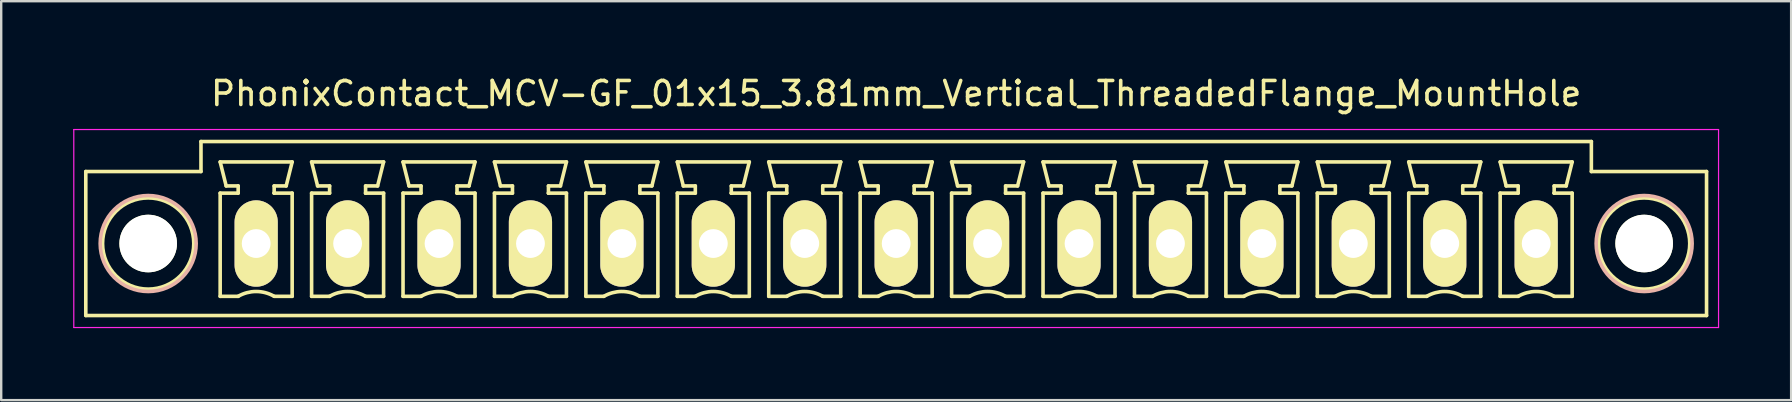
<source format=kicad_pcb>
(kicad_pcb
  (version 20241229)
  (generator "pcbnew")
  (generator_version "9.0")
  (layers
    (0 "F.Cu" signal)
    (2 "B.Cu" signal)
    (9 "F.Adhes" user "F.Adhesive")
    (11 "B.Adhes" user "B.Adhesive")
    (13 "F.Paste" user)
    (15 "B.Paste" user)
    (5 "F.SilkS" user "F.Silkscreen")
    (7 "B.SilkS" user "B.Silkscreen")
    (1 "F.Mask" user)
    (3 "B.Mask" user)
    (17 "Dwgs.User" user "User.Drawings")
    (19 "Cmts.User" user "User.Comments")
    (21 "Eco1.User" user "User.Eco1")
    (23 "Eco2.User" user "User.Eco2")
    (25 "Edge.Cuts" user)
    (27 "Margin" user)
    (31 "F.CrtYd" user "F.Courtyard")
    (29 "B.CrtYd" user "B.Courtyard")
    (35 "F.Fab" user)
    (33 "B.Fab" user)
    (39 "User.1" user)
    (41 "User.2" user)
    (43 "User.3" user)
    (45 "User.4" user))
  (footprint "PhonixContact_MCV-GF_01x15_3.81mm_Vertical_ThreadedFlange_MountHole"
    (layer "F.Cu")
    (at 7.625 7.098)
    (property "Reference" "PhonixContact_MCV-GF_01x15_3.81mm_Vertical_ThreadedFlange_MountHole" (at 26.67 -6.25 0) (layer "F.SilkS") (effects (font (size 1 1) (thickness 0.15))))
    (attr through_hole)
    (fp_line (start -7.1 -3) (end -7.1 3) (stroke (width 0.15) (type solid)) (layer "F.SilkS"))
    (fp_line (start -7.1 3) (end 60.44 3) (stroke (width 0.15) (type solid)) (layer "F.SilkS"))
    (fp_line (start -2.3 -4.25) (end -2.3 -3) (stroke (width 0.15) (type solid)) (layer "F.SilkS"))
    (fp_line (start -2.3 -3) (end -7.1 -3) (stroke (width 0.15) (type solid)) (layer "F.SilkS"))
    (fp_line (start -1.5 -3.4) (end 1.5 -3.4) (stroke (width 0.15) (type solid)) (layer "F.SilkS"))
    (fp_line (start -1.5 -2.1) (end -0.75 -2.1) (stroke (width 0.15) (type solid)) (layer "F.SilkS"))
    (fp_line (start -1.5 2.2) (end -1.5 -2.1) (stroke (width 0.15) (type solid)) (layer "F.SilkS"))
    (fp_line (start -1.25 -2.4) (end -1.5 -3.4) (stroke (width 0.15) (type solid)) (layer "F.SilkS"))
    (fp_line (start -0.75 -2.4) (end -1.25 -2.4) (stroke (width 0.15) (type solid)) (layer "F.SilkS"))
    (fp_line (start -0.75 -2.1) (end -0.75 -2.4) (stroke (width 0.15) (type solid)) (layer "F.SilkS"))
    (fp_line (start -0.75 2.2) (end -1.5 2.2) (stroke (width 0.15) (type solid)) (layer "F.SilkS"))
    (fp_line (start 0.75 -2.4) (end 0.75 -2.1) (stroke (width 0.15) (type solid)) (layer "F.SilkS"))
    (fp_line (start 0.75 -2.1) (end 0.75 -2.1) (stroke (width 0.15) (type solid)) (layer "F.SilkS"))
    (fp_line (start 0.75 -2.1) (end 1.5 -2.1) (stroke (width 0.15) (type solid)) (layer "F.SilkS"))
    (fp_line (start 1.25 -2.4) (end 0.75 -2.4) (stroke (width 0.15) (type solid)) (layer "F.SilkS"))
    (fp_line (start 1.5 -3.4) (end 1.25 -2.4) (stroke (width 0.15) (type solid)) (layer "F.SilkS"))
    (fp_line (start 1.5 -2.1) (end 1.5 2.2) (stroke (width 0.15) (type solid)) (layer "F.SilkS"))
    (fp_line (start 1.5 2.2) (end 0.75 2.2) (stroke (width 0.15) (type solid)) (layer "F.SilkS"))
    (fp_line (start 2.31 -3.4) (end 5.31 -3.4) (stroke (width 0.15) (type solid)) (layer "F.SilkS"))
    (fp_line (start 2.31 -2.1) (end 3.06 -2.1) (stroke (width 0.15) (type solid)) (layer "F.SilkS"))
    (fp_line (start 2.31 2.2) (end 2.31 -2.1) (stroke (width 0.15) (type solid)) (layer "F.SilkS"))
    (fp_line (start 2.56 -2.4) (end 2.31 -3.4) (stroke (width 0.15) (type solid)) (layer "F.SilkS"))
    (fp_line (start 3.06 -2.4) (end 2.56 -2.4) (stroke (width 0.15) (type solid)) (layer "F.SilkS"))
    (fp_line (start 3.06 -2.1) (end 3.06 -2.4) (stroke (width 0.15) (type solid)) (layer "F.SilkS"))
    (fp_line (start 3.06 2.2) (end 2.31 2.2) (stroke (width 0.15) (type solid)) (layer "F.SilkS"))
    (fp_line (start 4.56 -2.4) (end 4.56 -2.1) (stroke (width 0.15) (type solid)) (layer "F.SilkS"))
    (fp_line (start 4.56 -2.1) (end 4.56 -2.1) (stroke (width 0.15) (type solid)) (layer "F.SilkS"))
    (fp_line (start 4.56 -2.1) (end 5.31 -2.1) (stroke (width 0.15) (type solid)) (layer "F.SilkS"))
    (fp_line (start 5.06 -2.4) (end 4.56 -2.4) (stroke (width 0.15) (type solid)) (layer "F.SilkS"))
    (fp_line (start 5.31 -3.4) (end 5.06 -2.4) (stroke (width 0.15) (type solid)) (layer "F.SilkS"))
    (fp_line (start 5.31 -2.1) (end 5.31 2.2) (stroke (width 0.15) (type solid)) (layer "F.SilkS"))
    (fp_line (start 5.31 2.2) (end 4.56 2.2) (stroke (width 0.15) (type solid)) (layer "F.SilkS"))
    (fp_line (start 6.12 -3.4) (end 9.12 -3.4) (stroke (width 0.15) (type solid)) (layer "F.SilkS"))
    (fp_line (start 6.12 -2.1) (end 6.87 -2.1) (stroke (width 0.15) (type solid)) (layer "F.SilkS"))
    (fp_line (start 6.12 2.2) (end 6.12 -2.1) (stroke (width 0.15) (type solid)) (layer "F.SilkS"))
    (fp_line (start 6.37 -2.4) (end 6.12 -3.4) (stroke (width 0.15) (type solid)) (layer "F.SilkS"))
    (fp_line (start 6.87 -2.4) (end 6.37 -2.4) (stroke (width 0.15) (type solid)) (layer "F.SilkS"))
    (fp_line (start 6.87 -2.1) (end 6.87 -2.4) (stroke (width 0.15) (type solid)) (layer "F.SilkS"))
    (fp_line (start 6.87 2.2) (end 6.12 2.2) (stroke (width 0.15) (type solid)) (layer "F.SilkS"))
    (fp_line (start 8.37 -2.4) (end 8.37 -2.1) (stroke (width 0.15) (type solid)) (layer "F.SilkS"))
    (fp_line (start 8.37 -2.1) (end 8.37 -2.1) (stroke (width 0.15) (type solid)) (layer "F.SilkS"))
    (fp_line (start 8.37 -2.1) (end 9.12 -2.1) (stroke (width 0.15) (type solid)) (layer "F.SilkS"))
    (fp_line (start 8.87 -2.4) (end 8.37 -2.4) (stroke (width 0.15) (type solid)) (layer "F.SilkS"))
    (fp_line (start 9.12 -3.4) (end 8.87 -2.4) (stroke (width 0.15) (type solid)) (layer "F.SilkS"))
    (fp_line (start 9.12 -2.1) (end 9.12 2.2) (stroke (width 0.15) (type solid)) (layer "F.SilkS"))
    (fp_line (start 9.12 2.2) (end 8.37 2.2) (stroke (width 0.15) (type solid)) (layer "F.SilkS"))
    (fp_line (start 9.93 -3.4) (end 12.93 -3.4) (stroke (width 0.15) (type solid)) (layer "F.SilkS"))
    (fp_line (start 9.93 -2.1) (end 10.68 -2.1) (stroke (width 0.15) (type solid)) (layer "F.SilkS"))
    (fp_line (start 9.93 2.2) (end 9.93 -2.1) (stroke (width 0.15) (type solid)) (layer "F.SilkS"))
    (fp_line (start 10.18 -2.4) (end 9.93 -3.4) (stroke (width 0.15) (type solid)) (layer "F.SilkS"))
    (fp_line (start 10.68 -2.4) (end 10.18 -2.4) (stroke (width 0.15) (type solid)) (layer "F.SilkS"))
    (fp_line (start 10.68 -2.1) (end 10.68 -2.4) (stroke (width 0.15) (type solid)) (layer "F.SilkS"))
    (fp_line (start 10.68 2.2) (end 9.93 2.2) (stroke (width 0.15) (type solid)) (layer "F.SilkS"))
    (fp_line (start 12.18 -2.4) (end 12.18 -2.1) (stroke (width 0.15) (type solid)) (layer "F.SilkS"))
    (fp_line (start 12.18 -2.1) (end 12.18 -2.1) (stroke (width 0.15) (type solid)) (layer "F.SilkS"))
    (fp_line (start 12.18 -2.1) (end 12.93 -2.1) (stroke (width 0.15) (type solid)) (layer "F.SilkS"))
    (fp_line (start 12.68 -2.4) (end 12.18 -2.4) (stroke (width 0.15) (type solid)) (layer "F.SilkS"))
    (fp_line (start 12.93 -3.4) (end 12.68 -2.4) (stroke (width 0.15) (type solid)) (layer "F.SilkS"))
    (fp_line (start 12.93 -2.1) (end 12.93 2.2) (stroke (width 0.15) (type solid)) (layer "F.SilkS"))
    (fp_line (start 12.93 2.2) (end 12.18 2.2) (stroke (width 0.15) (type solid)) (layer "F.SilkS"))
    (fp_line (start 13.74 -3.4) (end 16.74 -3.4) (stroke (width 0.15) (type solid)) (layer "F.SilkS"))
    (fp_line (start 13.74 -2.1) (end 14.49 -2.1) (stroke (width 0.15) (type solid)) (layer "F.SilkS"))
    (fp_line (start 13.74 2.2) (end 13.74 -2.1) (stroke (width 0.15) (type solid)) (layer "F.SilkS"))
    (fp_line (start 13.99 -2.4) (end 13.74 -3.4) (stroke (width 0.15) (type solid)) (layer "F.SilkS"))
    (fp_line (start 14.49 -2.4) (end 13.99 -2.4) (stroke (width 0.15) (type solid)) (layer "F.SilkS"))
    (fp_line (start 14.49 -2.1) (end 14.49 -2.4) (stroke (width 0.15) (type solid)) (layer "F.SilkS"))
    (fp_line (start 14.49 2.2) (end 13.74 2.2) (stroke (width 0.15) (type solid)) (layer "F.SilkS"))
    (fp_line (start 15.99 -2.4) (end 15.99 -2.1) (stroke (width 0.15) (type solid)) (layer "F.SilkS"))
    (fp_line (start 15.99 -2.1) (end 15.99 -2.1) (stroke (width 0.15) (type solid)) (layer "F.SilkS"))
    (fp_line (start 15.99 -2.1) (end 16.74 -2.1) (stroke (width 0.15) (type solid)) (layer "F.SilkS"))
    (fp_line (start 16.49 -2.4) (end 15.99 -2.4) (stroke (width 0.15) (type solid)) (layer "F.SilkS"))
    (fp_line (start 16.74 -3.4) (end 16.49 -2.4) (stroke (width 0.15) (type solid)) (layer "F.SilkS"))
    (fp_line (start 16.74 -2.1) (end 16.74 2.2) (stroke (width 0.15) (type solid)) (layer "F.SilkS"))
    (fp_line (start 16.74 2.2) (end 15.99 2.2) (stroke (width 0.15) (type solid)) (layer "F.SilkS"))
    (fp_line (start 17.55 -3.4) (end 20.55 -3.4) (stroke (width 0.15) (type solid)) (layer "F.SilkS"))
    (fp_line (start 17.55 -2.1) (end 18.3 -2.1) (stroke (width 0.15) (type solid)) (layer "F.SilkS"))
    (fp_line (start 17.55 2.2) (end 17.55 -2.1) (stroke (width 0.15) (type solid)) (layer "F.SilkS"))
    (fp_line (start 17.8 -2.4) (end 17.55 -3.4) (stroke (width 0.15) (type solid)) (layer "F.SilkS"))
    (fp_line (start 18.3 -2.4) (end 17.8 -2.4) (stroke (width 0.15) (type solid)) (layer "F.SilkS"))
    (fp_line (start 18.3 -2.1) (end 18.3 -2.4) (stroke (width 0.15) (type solid)) (layer "F.SilkS"))
    (fp_line (start 18.3 2.2) (end 17.55 2.2) (stroke (width 0.15) (type solid)) (layer "F.SilkS"))
    (fp_line (start 19.8 -2.4) (end 19.8 -2.1) (stroke (width 0.15) (type solid)) (layer "F.SilkS"))
    (fp_line (start 19.8 -2.1) (end 19.8 -2.1) (stroke (width 0.15) (type solid)) (layer "F.SilkS"))
    (fp_line (start 19.8 -2.1) (end 20.55 -2.1) (stroke (width 0.15) (type solid)) (layer "F.SilkS"))
    (fp_line (start 20.3 -2.4) (end 19.8 -2.4) (stroke (width 0.15) (type solid)) (layer "F.SilkS"))
    (fp_line (start 20.55 -3.4) (end 20.3 -2.4) (stroke (width 0.15) (type solid)) (layer "F.SilkS"))
    (fp_line (start 20.55 -2.1) (end 20.55 2.2) (stroke (width 0.15) (type solid)) (layer "F.SilkS"))
    (fp_line (start 20.55 2.2) (end 19.8 2.2) (stroke (width 0.15) (type solid)) (layer "F.SilkS"))
    (fp_line (start 21.36 -3.4) (end 24.36 -3.4) (stroke (width 0.15) (type solid)) (layer "F.SilkS"))
    (fp_line (start 21.36 -2.1) (end 22.11 -2.1) (stroke (width 0.15) (type solid)) (layer "F.SilkS"))
    (fp_line (start 21.36 2.2) (end 21.36 -2.1) (stroke (width 0.15) (type solid)) (layer "F.SilkS"))
    (fp_line (start 21.61 -2.4) (end 21.36 -3.4) (stroke (width 0.15) (type solid)) (layer "F.SilkS"))
    (fp_line (start 22.11 -2.4) (end 21.61 -2.4) (stroke (width 0.15) (type solid)) (layer "F.SilkS"))
    (fp_line (start 22.11 -2.1) (end 22.11 -2.4) (stroke (width 0.15) (type solid)) (layer "F.SilkS"))
    (fp_line (start 22.11 2.2) (end 21.36 2.2) (stroke (width 0.15) (type solid)) (layer "F.SilkS"))
    (fp_line (start 23.61 -2.4) (end 23.61 -2.1) (stroke (width 0.15) (type solid)) (layer "F.SilkS"))
    (fp_line (start 23.61 -2.1) (end 23.61 -2.1) (stroke (width 0.15) (type solid)) (layer "F.SilkS"))
    (fp_line (start 23.61 -2.1) (end 24.36 -2.1) (stroke (width 0.15) (type solid)) (layer "F.SilkS"))
    (fp_line (start 24.11 -2.4) (end 23.61 -2.4) (stroke (width 0.15) (type solid)) (layer "F.SilkS"))
    (fp_line (start 24.36 -3.4) (end 24.11 -2.4) (stroke (width 0.15) (type solid)) (layer "F.SilkS"))
    (fp_line (start 24.36 -2.1) (end 24.36 2.2) (stroke (width 0.15) (type solid)) (layer "F.SilkS"))
    (fp_line (start 24.36 2.2) (end 23.61 2.2) (stroke (width 0.15) (type solid)) (layer "F.SilkS"))
    (fp_line (start 25.17 -3.4) (end 28.17 -3.4) (stroke (width 0.15) (type solid)) (layer "F.SilkS"))
    (fp_line (start 25.17 -2.1) (end 25.92 -2.1) (stroke (width 0.15) (type solid)) (layer "F.SilkS"))
    (fp_line (start 25.17 2.2) (end 25.17 -2.1) (stroke (width 0.15) (type solid)) (layer "F.SilkS"))
    (fp_line (start 25.42 -2.4) (end 25.17 -3.4) (stroke (width 0.15) (type solid)) (layer "F.SilkS"))
    (fp_line (start 25.92 -2.4) (end 25.42 -2.4) (stroke (width 0.15) (type solid)) (layer "F.SilkS"))
    (fp_line (start 25.92 -2.1) (end 25.92 -2.4) (stroke (width 0.15) (type solid)) (layer "F.SilkS"))
    (fp_line (start 25.92 2.2) (end 25.17 2.2) (stroke (width 0.15) (type solid)) (layer "F.SilkS"))
    (fp_line (start 27.42 -2.4) (end 27.42 -2.1) (stroke (width 0.15) (type solid)) (layer "F.SilkS"))
    (fp_line (start 27.42 -2.1) (end 27.42 -2.1) (stroke (width 0.15) (type solid)) (layer "F.SilkS"))
    (fp_line (start 27.42 -2.1) (end 28.17 -2.1) (stroke (width 0.15) (type solid)) (layer "F.SilkS"))
    (fp_line (start 27.92 -2.4) (end 27.42 -2.4) (stroke (width 0.15) (type solid)) (layer "F.SilkS"))
    (fp_line (start 28.17 -3.4) (end 27.92 -2.4) (stroke (width 0.15) (type solid)) (layer "F.SilkS"))
    (fp_line (start 28.17 -2.1) (end 28.17 2.2) (stroke (width 0.15) (type solid)) (layer "F.SilkS"))
    (fp_line (start 28.17 2.2) (end 27.42 2.2) (stroke (width 0.15) (type solid)) (layer "F.SilkS"))
    (fp_line (start 28.98 -3.4) (end 31.98 -3.4) (stroke (width 0.15) (type solid)) (layer "F.SilkS"))
    (fp_line (start 28.98 -2.1) (end 29.73 -2.1) (stroke (width 0.15) (type solid)) (layer "F.SilkS"))
    (fp_line (start 28.98 2.2) (end 28.98 -2.1) (stroke (width 0.15) (type solid)) (layer "F.SilkS"))
    (fp_line (start 29.23 -2.4) (end 28.98 -3.4) (stroke (width 0.15) (type solid)) (layer "F.SilkS"))
    (fp_line (start 29.73 -2.4) (end 29.23 -2.4) (stroke (width 0.15) (type solid)) (layer "F.SilkS"))
    (fp_line (start 29.73 -2.1) (end 29.73 -2.4) (stroke (width 0.15) (type solid)) (layer "F.SilkS"))
    (fp_line (start 29.73 2.2) (end 28.98 2.2) (stroke (width 0.15) (type solid)) (layer "F.SilkS"))
    (fp_line (start 31.23 -2.4) (end 31.23 -2.1) (stroke (width 0.15) (type solid)) (layer "F.SilkS"))
    (fp_line (start 31.23 -2.1) (end 31.23 -2.1) (stroke (width 0.15) (type solid)) (layer "F.SilkS"))
    (fp_line (start 31.23 -2.1) (end 31.98 -2.1) (stroke (width 0.15) (type solid)) (layer "F.SilkS"))
    (fp_line (start 31.73 -2.4) (end 31.23 -2.4) (stroke (width 0.15) (type solid)) (layer "F.SilkS"))
    (fp_line (start 31.98 -3.4) (end 31.73 -2.4) (stroke (width 0.15) (type solid)) (layer "F.SilkS"))
    (fp_line (start 31.98 -2.1) (end 31.98 2.2) (stroke (width 0.15) (type solid)) (layer "F.SilkS"))
    (fp_line (start 31.98 2.2) (end 31.23 2.2) (stroke (width 0.15) (type solid)) (layer "F.SilkS"))
    (fp_line (start 32.79 -3.4) (end 35.79 -3.4) (stroke (width 0.15) (type solid)) (layer "F.SilkS"))
    (fp_line (start 32.79 -2.1) (end 33.54 -2.1) (stroke (width 0.15) (type solid)) (layer "F.SilkS"))
    (fp_line (start 32.79 2.2) (end 32.79 -2.1) (stroke (width 0.15) (type solid)) (layer "F.SilkS"))
    (fp_line (start 33.04 -2.4) (end 32.79 -3.4) (stroke (width 0.15) (type solid)) (layer "F.SilkS"))
    (fp_line (start 33.54 -2.4) (end 33.04 -2.4) (stroke (width 0.15) (type solid)) (layer "F.SilkS"))
    (fp_line (start 33.54 -2.1) (end 33.54 -2.4) (stroke (width 0.15) (type solid)) (layer "F.SilkS"))
    (fp_line (start 33.54 2.2) (end 32.79 2.2) (stroke (width 0.15) (type solid)) (layer "F.SilkS"))
    (fp_line (start 35.04 -2.4) (end 35.04 -2.1) (stroke (width 0.15) (type solid)) (layer "F.SilkS"))
    (fp_line (start 35.04 -2.1) (end 35.04 -2.1) (stroke (width 0.15) (type solid)) (layer "F.SilkS"))
    (fp_line (start 35.04 -2.1) (end 35.79 -2.1) (stroke (width 0.15) (type solid)) (layer "F.SilkS"))
    (fp_line (start 35.54 -2.4) (end 35.04 -2.4) (stroke (width 0.15) (type solid)) (layer "F.SilkS"))
    (fp_line (start 35.79 -3.4) (end 35.54 -2.4) (stroke (width 0.15) (type solid)) (layer "F.SilkS"))
    (fp_line (start 35.79 -2.1) (end 35.79 2.2) (stroke (width 0.15) (type solid)) (layer "F.SilkS"))
    (fp_line (start 35.79 2.2) (end 35.04 2.2) (stroke (width 0.15) (type solid)) (layer "F.SilkS"))
    (fp_line (start 36.6 -3.4) (end 39.6 -3.4) (stroke (width 0.15) (type solid)) (layer "F.SilkS"))
    (fp_line (start 36.6 -2.1) (end 37.35 -2.1) (stroke (width 0.15) (type solid)) (layer "F.SilkS"))
    (fp_line (start 36.6 2.2) (end 36.6 -2.1) (stroke (width 0.15) (type solid)) (layer "F.SilkS"))
    (fp_line (start 36.85 -2.4) (end 36.6 -3.4) (stroke (width 0.15) (type solid)) (layer "F.SilkS"))
    (fp_line (start 37.35 -2.4) (end 36.85 -2.4) (stroke (width 0.15) (type solid)) (layer "F.SilkS"))
    (fp_line (start 37.35 -2.1) (end 37.35 -2.4) (stroke (width 0.15) (type solid)) (layer "F.SilkS"))
    (fp_line (start 37.35 2.2) (end 36.6 2.2) (stroke (width 0.15) (type solid)) (layer "F.SilkS"))
    (fp_line (start 38.85 -2.4) (end 38.85 -2.1) (stroke (width 0.15) (type solid)) (layer "F.SilkS"))
    (fp_line (start 38.85 -2.1) (end 38.85 -2.1) (stroke (width 0.15) (type solid)) (layer "F.SilkS"))
    (fp_line (start 38.85 -2.1) (end 39.6 -2.1) (stroke (width 0.15) (type solid)) (layer "F.SilkS"))
    (fp_line (start 39.35 -2.4) (end 38.85 -2.4) (stroke (width 0.15) (type solid)) (layer "F.SilkS"))
    (fp_line (start 39.6 -3.4) (end 39.35 -2.4) (stroke (width 0.15) (type solid)) (layer "F.SilkS"))
    (fp_line (start 39.6 -2.1) (end 39.6 2.2) (stroke (width 0.15) (type solid)) (layer "F.SilkS"))
    (fp_line (start 39.6 2.2) (end 38.85 2.2) (stroke (width 0.15) (type solid)) (layer "F.SilkS"))
    (fp_line (start 40.41 -3.4) (end 43.41 -3.4) (stroke (width 0.15) (type solid)) (layer "F.SilkS"))
    (fp_line (start 40.41 -2.1) (end 41.16 -2.1) (stroke (width 0.15) (type solid)) (layer "F.SilkS"))
    (fp_line (start 40.41 2.2) (end 40.41 -2.1) (stroke (width 0.15) (type solid)) (layer "F.SilkS"))
    (fp_line (start 40.66 -2.4) (end 40.41 -3.4) (stroke (width 0.15) (type solid)) (layer "F.SilkS"))
    (fp_line (start 41.16 -2.4) (end 40.66 -2.4) (stroke (width 0.15) (type solid)) (layer "F.SilkS"))
    (fp_line (start 41.16 -2.1) (end 41.16 -2.4) (stroke (width 0.15) (type solid)) (layer "F.SilkS"))
    (fp_line (start 41.16 2.2) (end 40.41 2.2) (stroke (width 0.15) (type solid)) (layer "F.SilkS"))
    (fp_line (start 42.66 -2.4) (end 42.66 -2.1) (stroke (width 0.15) (type solid)) (layer "F.SilkS"))
    (fp_line (start 42.66 -2.1) (end 42.66 -2.1) (stroke (width 0.15) (type solid)) (layer "F.SilkS"))
    (fp_line (start 42.66 -2.1) (end 43.41 -2.1) (stroke (width 0.15) (type solid)) (layer "F.SilkS"))
    (fp_line (start 43.16 -2.4) (end 42.66 -2.4) (stroke (width 0.15) (type solid)) (layer "F.SilkS"))
    (fp_line (start 43.41 -3.4) (end 43.16 -2.4) (stroke (width 0.15) (type solid)) (layer "F.SilkS"))
    (fp_line (start 43.41 -2.1) (end 43.41 2.2) (stroke (width 0.15) (type solid)) (layer "F.SilkS"))
    (fp_line (start 43.41 2.2) (end 42.66 2.2) (stroke (width 0.15) (type solid)) (layer "F.SilkS"))
    (fp_line (start 44.22 -3.4) (end 47.22 -3.4) (stroke (width 0.15) (type solid)) (layer "F.SilkS"))
    (fp_line (start 44.22 -2.1) (end 44.97 -2.1) (stroke (width 0.15) (type solid)) (layer "F.SilkS"))
    (fp_line (start 44.22 2.2) (end 44.22 -2.1) (stroke (width 0.15) (type solid)) (layer "F.SilkS"))
    (fp_line (start 44.47 -2.4) (end 44.22 -3.4) (stroke (width 0.15) (type solid)) (layer "F.SilkS"))
    (fp_line (start 44.97 -2.4) (end 44.47 -2.4) (stroke (width 0.15) (type solid)) (layer "F.SilkS"))
    (fp_line (start 44.97 -2.1) (end 44.97 -2.4) (stroke (width 0.15) (type solid)) (layer "F.SilkS"))
    (fp_line (start 44.97 2.2) (end 44.22 2.2) (stroke (width 0.15) (type solid)) (layer "F.SilkS"))
    (fp_line (start 46.47 -2.4) (end 46.47 -2.1) (stroke (width 0.15) (type solid)) (layer "F.SilkS"))
    (fp_line (start 46.47 -2.1) (end 46.47 -2.1) (stroke (width 0.15) (type solid)) (layer "F.SilkS"))
    (fp_line (start 46.47 -2.1) (end 47.22 -2.1) (stroke (width 0.15) (type solid)) (layer "F.SilkS"))
    (fp_line (start 46.97 -2.4) (end 46.47 -2.4) (stroke (width 0.15) (type solid)) (layer "F.SilkS"))
    (fp_line (start 47.22 -3.4) (end 46.97 -2.4) (stroke (width 0.15) (type solid)) (layer "F.SilkS"))
    (fp_line (start 47.22 -2.1) (end 47.22 2.2) (stroke (width 0.15) (type solid)) (layer "F.SilkS"))
    (fp_line (start 47.22 2.2) (end 46.47 2.2) (stroke (width 0.15) (type solid)) (layer "F.SilkS"))
    (fp_line (start 48.03 -3.4) (end 51.03 -3.4) (stroke (width 0.15) (type solid)) (layer "F.SilkS"))
    (fp_line (start 48.03 -2.1) (end 48.78 -2.1) (stroke (width 0.15) (type solid)) (layer "F.SilkS"))
    (fp_line (start 48.03 2.2) (end 48.03 -2.1) (stroke (width 0.15) (type solid)) (layer "F.SilkS"))
    (fp_line (start 48.28 -2.4) (end 48.03 -3.4) (stroke (width 0.15) (type solid)) (layer "F.SilkS"))
    (fp_line (start 48.78 -2.4) (end 48.28 -2.4) (stroke (width 0.15) (type solid)) (layer "F.SilkS"))
    (fp_line (start 48.78 -2.1) (end 48.78 -2.4) (stroke (width 0.15) (type solid)) (layer "F.SilkS"))
    (fp_line (start 48.78 2.2) (end 48.03 2.2) (stroke (width 0.15) (type solid)) (layer "F.SilkS"))
    (fp_line (start 50.28 -2.4) (end 50.28 -2.1) (stroke (width 0.15) (type solid)) (layer "F.SilkS"))
    (fp_line (start 50.28 -2.1) (end 50.28 -2.1) (stroke (width 0.15) (type solid)) (layer "F.SilkS"))
    (fp_line (start 50.28 -2.1) (end 51.03 -2.1) (stroke (width 0.15) (type solid)) (layer "F.SilkS"))
    (fp_line (start 50.78 -2.4) (end 50.28 -2.4) (stroke (width 0.15) (type solid)) (layer "F.SilkS"))
    (fp_line (start 51.03 -3.4) (end 50.78 -2.4) (stroke (width 0.15) (type solid)) (layer "F.SilkS"))
    (fp_line (start 51.03 -2.1) (end 51.03 2.2) (stroke (width 0.15) (type solid)) (layer "F.SilkS"))
    (fp_line (start 51.03 2.2) (end 50.28 2.2) (stroke (width 0.15) (type solid)) (layer "F.SilkS"))
    (fp_line (start 51.84 -3.4) (end 54.84 -3.4) (stroke (width 0.15) (type solid)) (layer "F.SilkS"))
    (fp_line (start 51.84 -2.1) (end 52.59 -2.1) (stroke (width 0.15) (type solid)) (layer "F.SilkS"))
    (fp_line (start 51.84 2.2) (end 51.84 -2.1) (stroke (width 0.15) (type solid)) (layer "F.SilkS"))
    (fp_line (start 52.09 -2.4) (end 51.84 -3.4) (stroke (width 0.15) (type solid)) (layer "F.SilkS"))
    (fp_line (start 52.59 -2.4) (end 52.09 -2.4) (stroke (width 0.15) (type solid)) (layer "F.SilkS"))
    (fp_line (start 52.59 -2.1) (end 52.59 -2.4) (stroke (width 0.15) (type solid)) (layer "F.SilkS"))
    (fp_line (start 52.59 2.2) (end 51.84 2.2) (stroke (width 0.15) (type solid)) (layer "F.SilkS"))
    (fp_line (start 54.09 -2.4) (end 54.09 -2.1) (stroke (width 0.15) (type solid)) (layer "F.SilkS"))
    (fp_line (start 54.09 -2.1) (end 54.09 -2.1) (stroke (width 0.15) (type solid)) (layer "F.SilkS"))
    (fp_line (start 54.09 -2.1) (end 54.84 -2.1) (stroke (width 0.15) (type solid)) (layer "F.SilkS"))
    (fp_line (start 54.59 -2.4) (end 54.09 -2.4) (stroke (width 0.15) (type solid)) (layer "F.SilkS"))
    (fp_line (start 54.84 -3.4) (end 54.59 -2.4) (stroke (width 0.15) (type solid)) (layer "F.SilkS"))
    (fp_line (start 54.84 -2.1) (end 54.84 2.2) (stroke (width 0.15) (type solid)) (layer "F.SilkS"))
    (fp_line (start 54.84 2.2) (end 54.09 2.2) (stroke (width 0.15) (type solid)) (layer "F.SilkS"))
    (fp_line (start 55.64 -4.25) (end -2.3 -4.25) (stroke (width 0.15) (type solid)) (layer "F.SilkS"))
    (fp_line (start 55.64 -3) (end 55.64 -4.25) (stroke (width 0.15) (type solid)) (layer "F.SilkS"))
    (fp_line (start 60.44 -3) (end 55.64 -3) (stroke (width 0.15) (type solid)) (layer "F.SilkS"))
    (fp_line (start 60.44 3) (end 60.44 -3) (stroke (width 0.15) (type solid)) (layer "F.SilkS"))
    (fp_arc (start -0.75 2.2) (mid -0.006068 1.999179) (end 0.739464 2.193978) (stroke (width 0.15) (type solid)) (layer "F.SilkS"))
    (fp_arc (start 3.06 2.2) (mid 3.803932 1.999179) (end 4.549464 2.193978) (stroke (width 0.15) (type solid)) (layer "F.SilkS"))
    (fp_arc (start 6.87 2.2) (mid 7.613932 1.999179) (end 8.359464 2.193978) (stroke (width 0.15) (type solid)) (layer "F.SilkS"))
    (fp_arc (start 10.68 2.2) (mid 11.423932 1.999179) (end 12.169464 2.193978) (stroke (width 0.15) (type solid)) (layer "F.SilkS"))
    (fp_arc (start 14.49 2.2) (mid 15.233932 1.999179) (end 15.979464 2.193978) (stroke (width 0.15) (type solid)) (layer "F.SilkS"))
    (fp_arc (start 18.3 2.2) (mid 19.043932 1.999179) (end 19.789464 2.193978) (stroke (width 0.15) (type solid)) (layer "F.SilkS"))
    (fp_arc (start 22.11 2.2) (mid 22.853932 1.999179) (end 23.599464 2.193978) (stroke (width 0.15) (type solid)) (layer "F.SilkS"))
    (fp_arc (start 25.92 2.2) (mid 26.663932 1.999179) (end 27.409464 2.193978) (stroke (width 0.15) (type solid)) (layer "F.SilkS"))
    (fp_arc (start 29.73 2.2) (mid 30.473932 1.999179) (end 31.219464 2.193978) (stroke (width 0.15) (type solid)) (layer "F.SilkS"))
    (fp_arc (start 33.54 2.2) (mid 34.283932 1.999179) (end 35.029464 2.193978) (stroke (width 0.15) (type solid)) (layer "F.SilkS"))
    (fp_arc (start 37.35 2.2) (mid 38.093932 1.999179) (end 38.839464 2.193978) (stroke (width 0.15) (type solid)) (layer "F.SilkS"))
    (fp_arc (start 41.16 2.2) (mid 41.903932 1.999179) (end 42.649464 2.193978) (stroke (width 0.15) (type solid)) (layer "F.SilkS"))
    (fp_arc (start 44.97 2.2) (mid 45.713932 1.999179) (end 46.459464 2.193978) (stroke (width 0.15) (type solid)) (layer "F.SilkS"))
    (fp_arc (start 48.78 2.2) (mid 49.523932 1.999179) (end 50.269464 2.193978) (stroke (width 0.15) (type solid)) (layer "F.SilkS"))
    (fp_arc (start 52.59 2.2) (mid 53.333932 1.999179) (end 54.079464 2.193978) (stroke (width 0.15) (type solid)) (layer "F.SilkS"))
    (fp_circle (center -4.5 0) (end -2.6 0) (stroke (width 0.15) (type solid)) (fill no) (layer "F.SilkS"))
    (fp_circle (center 57.84 0) (end 59.74 0) (stroke (width 0.15) (type solid)) (fill no) (layer "F.SilkS"))
    (fp_circle (center -4.5 0) (end -2.5 0) (stroke (width 0.15) (type solid)) (fill no) (layer "B.SilkS"))
    (fp_circle (center 57.84 0) (end 59.84 0) (stroke (width 0.15) (type solid)) (fill no) (layer "B.SilkS"))
    (fp_line (start -7.6 -4.75) (end -7.6 3.5) (stroke (width 0.05) (type solid)) (layer "F.CrtYd"))
    (fp_line (start -7.6 3.5) (end 60.94 3.5) (stroke (width 0.05) (type solid)) (layer "F.CrtYd"))
    (fp_line (start 60.94 -4.75) (end -7.6 -4.75) (stroke (width 0.05) (type solid)) (layer "F.CrtYd"))
    (fp_line (start 60.94 3.5) (end 60.94 -4.75) (stroke (width 0.05) (type solid)) (layer "F.CrtYd"))
    (pad "" np_thru_hole circle (at -4.5 0) (size 2.4 2.4) (drill 2.4) (layers "*.Cu" "*.Mask" "F.SilkS"))
    (pad "" np_thru_hole circle (at 57.84 0) (size 2.4 2.4) (drill 2.4) (layers "*.Cu" "*.Mask" "F.SilkS"))
    (pad "1" thru_hole oval (at 0 0) (size 1.8 3.6) (drill 1.2) (layers "*.Cu" "*.Mask" "F.SilkS"))
    (pad "2" thru_hole oval (at 3.81 0) (size 1.8 3.6) (drill 1.2) (layers "*.Cu" "*.Mask" "F.SilkS"))
    (pad "3" thru_hole oval (at 7.62 0) (size 1.8 3.6) (drill 1.2) (layers "*.Cu" "*.Mask" "F.SilkS"))
    (pad "4" thru_hole oval (at 11.43 0) (size 1.8 3.6) (drill 1.2) (layers "*.Cu" "*.Mask" "F.SilkS"))
    (pad "5" thru_hole oval (at 15.24 0) (size 1.8 3.6) (drill 1.2) (layers "*.Cu" "*.Mask" "F.SilkS"))
    (pad "6" thru_hole oval (at 19.05 0) (size 1.8 3.6) (drill 1.2) (layers "*.Cu" "*.Mask" "F.SilkS"))
    (pad "7" thru_hole oval (at 22.86 0) (size 1.8 3.6) (drill 1.2) (layers "*.Cu" "*.Mask" "F.SilkS"))
    (pad "8" thru_hole oval (at 26.67 0) (size 1.8 3.6) (drill 1.2) (layers "*.Cu" "*.Mask" "F.SilkS"))
    (pad "9" thru_hole oval (at 30.48 0) (size 1.8 3.6) (drill 1.2) (layers "*.Cu" "*.Mask" "F.SilkS"))
    (pad "10" thru_hole oval (at 34.29 0) (size 1.8 3.6) (drill 1.2) (layers "*.Cu" "*.Mask" "F.SilkS"))
    (pad "11" thru_hole oval (at 38.1 0) (size 1.8 3.6) (drill 1.2) (layers "*.Cu" "*.Mask" "F.SilkS"))
    (pad "12" thru_hole oval (at 41.91 0) (size 1.8 3.6) (drill 1.2) (layers "*.Cu" "*.Mask" "F.SilkS"))
    (pad "13" thru_hole oval (at 45.72 0) (size 1.8 3.6) (drill 1.2) (layers "*.Cu" "*.Mask" "F.SilkS"))
    (pad "14" thru_hole oval (at 49.53 0) (size 1.8 3.6) (drill 1.2) (layers "*.Cu" "*.Mask" "F.SilkS"))
    (pad "15" thru_hole oval (at 53.34 0) (size 1.8 3.6) (drill 1.2) (layers "*.Cu" "*.Mask" "F.SilkS")))
  (gr_rect
    (start -3 -3)
    (end 71.59 13.623)
    (stroke (width 0.1) (type default))
    (fill no)
    (layer "Edge.Cuts")))
</source>
